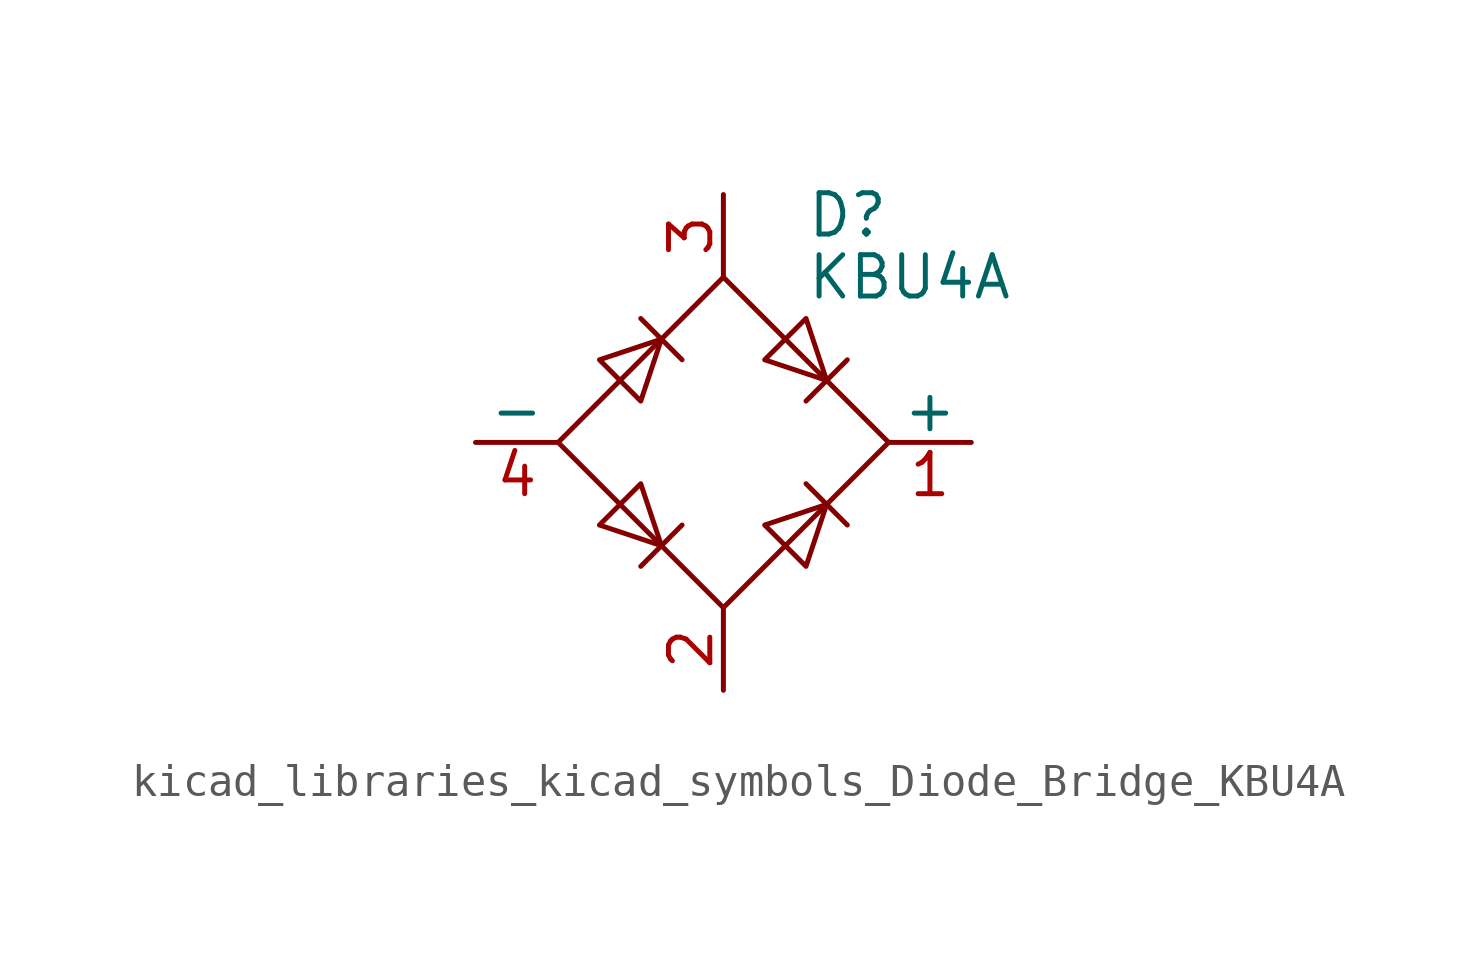
<source format=kicad_sym>
(kicad_symbol_lib
  (version 20220914)
  (generator kicad_symbol_editor)
  (symbol "kicad_libraries_kicad_symbols_Diode_Bridge_KBU4A"
    (pin_names
      (offset 0))
    (property "Reference" "D"
      (at 2.54 6.985 0)
      (effects (font (size 1.27 1.27)) (justify left)))
    (property "Value" "KBU4A"
      (at 2.54 5.08 0)
      (effects (font (size 1.27 1.27)) (justify left)))
    (symbol "kicad_libraries_kicad_symbols_Diode_Bridge_KBU4A_0_1"
      (polyline (pts (xy -2.54 3.81) (xy -1.27 2.54)) (stroke (width 0) (type default)) (fill (type none)))
      (polyline (pts (xy -1.27 -2.54) (xy -2.54 -3.81)) (stroke (width 0) (type default)) (fill (type none)))
      (polyline (pts (xy 2.54 -1.27) (xy 3.81 -2.54)) (stroke (width 0) (type default)) (fill (type none)))
      (polyline (pts (xy 2.54 1.27) (xy 3.81 2.54)) (stroke (width 0) (type default)) (fill (type none)))
      (polyline (pts (xy -3.81 2.54) (xy -2.54 1.27) (xy -1.905 3.175) (xy -3.81 2.54)) (stroke (width 0) (type default)) (fill (type none)))
      (polyline (pts (xy -2.54 -1.27) (xy -3.81 -2.54) (xy -1.905 -3.175) (xy -2.54 -1.27)) (stroke (width 0) (type default)) (fill (type none)))
      (polyline (pts (xy 1.27 2.54) (xy 2.54 3.81) (xy 3.175 1.905) (xy 1.27 2.54)) (stroke (width 0) (type default)) (fill (type none)))
      (polyline (pts (xy 3.175 -1.905) (xy 1.27 -2.54) (xy 2.54 -3.81) (xy 3.175 -1.905)) (stroke (width 0) (type default)) (fill (type none)))
      (polyline (pts (xy -5.08 0) (xy 0 -5.08) (xy 5.08 0) (xy 0 5.08) (xy -5.08 0)) (stroke (width 0) (type default)) (fill (type none))))
    (symbol "kicad_libraries_kicad_symbols_Diode_Bridge_KBU4A_1_1"
      (pin passive line (at 7.62 0 180) (length 2.54) (name "+" (effects (font (size 1.27 1.27)))) (number "1" (effects (font (size 1.27 1.27)))))
      (pin passive line (at 0 -7.62 90) (length 2.54) (name "~" (effects (font (size 1.27 1.27)))) (number "2" (effects (font (size 1.27 1.27)))))
      (pin passive line (at 0 7.62 270) (length 2.54) (name "~" (effects (font (size 1.27 1.27)))) (number "3" (effects (font (size 1.27 1.27)))))
      (pin passive line (at -7.62 0 0) (length 2.54) (name "-" (effects (font (size 1.27 1.27)))) (number "4" (effects (font (size 1.27 1.27))))))))
</source>
